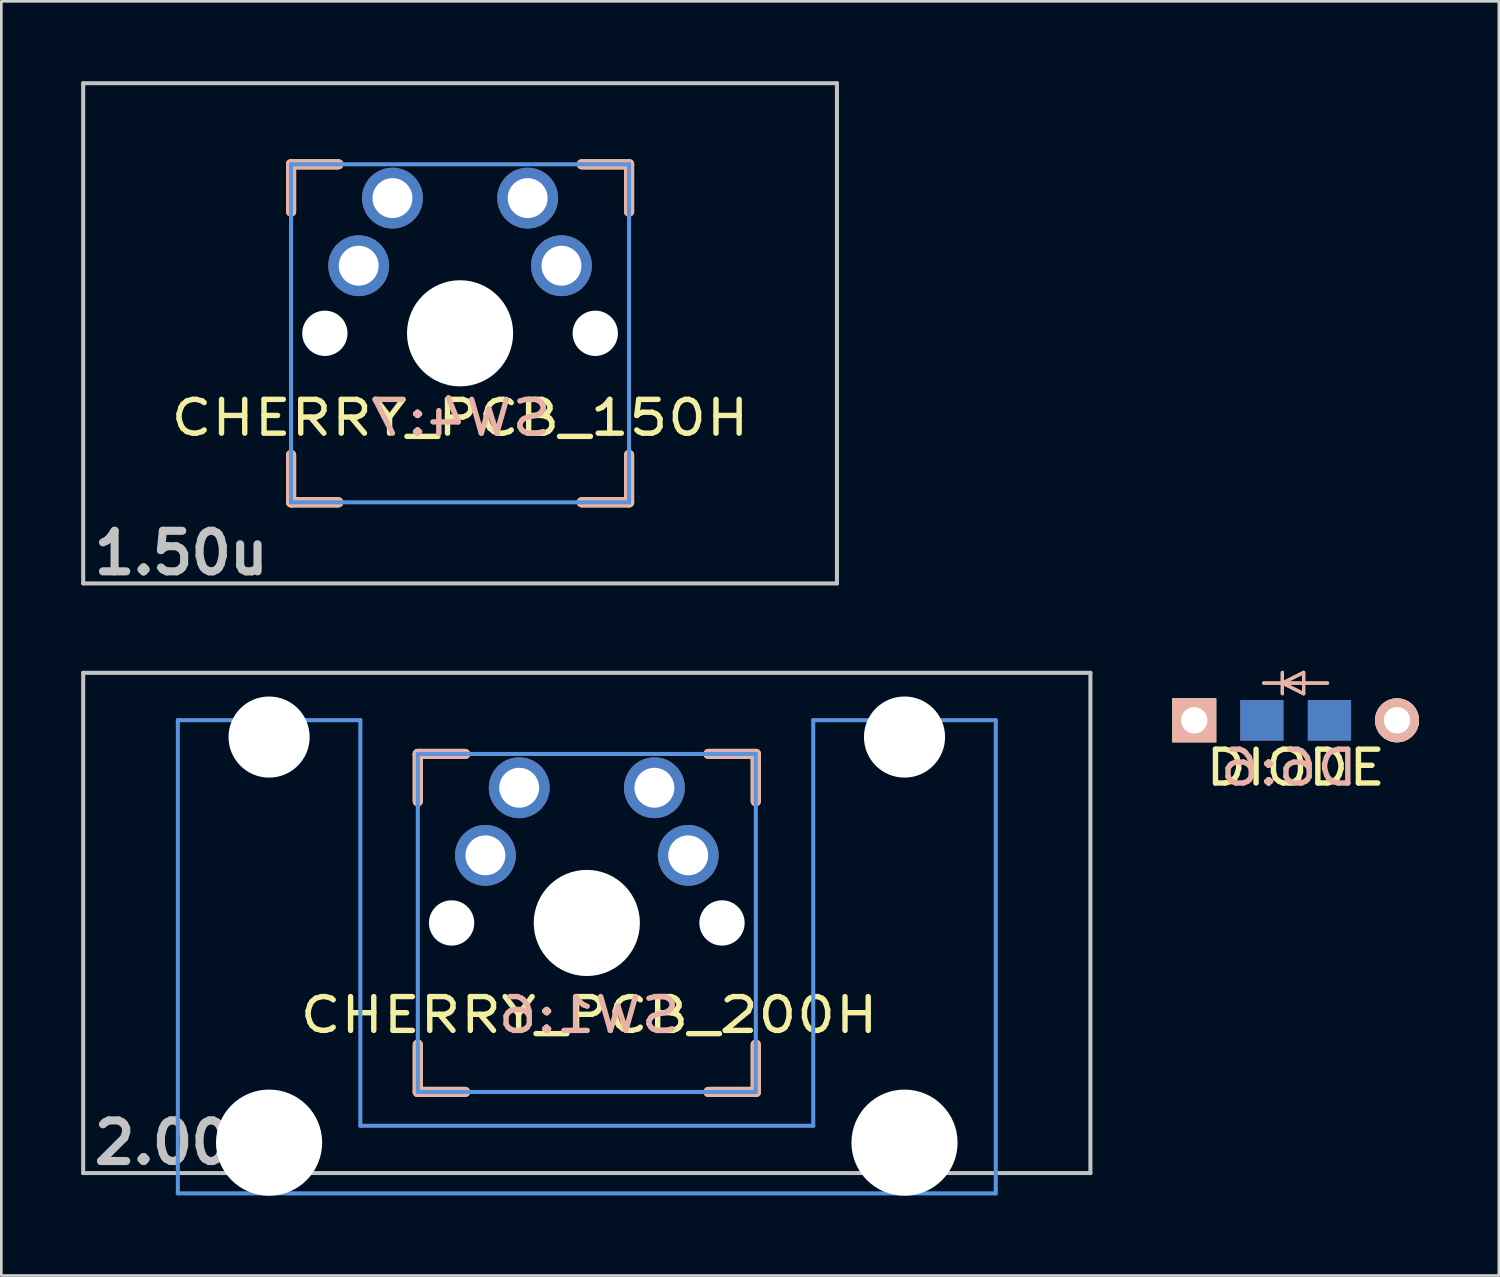
<source format=kicad_pcb>
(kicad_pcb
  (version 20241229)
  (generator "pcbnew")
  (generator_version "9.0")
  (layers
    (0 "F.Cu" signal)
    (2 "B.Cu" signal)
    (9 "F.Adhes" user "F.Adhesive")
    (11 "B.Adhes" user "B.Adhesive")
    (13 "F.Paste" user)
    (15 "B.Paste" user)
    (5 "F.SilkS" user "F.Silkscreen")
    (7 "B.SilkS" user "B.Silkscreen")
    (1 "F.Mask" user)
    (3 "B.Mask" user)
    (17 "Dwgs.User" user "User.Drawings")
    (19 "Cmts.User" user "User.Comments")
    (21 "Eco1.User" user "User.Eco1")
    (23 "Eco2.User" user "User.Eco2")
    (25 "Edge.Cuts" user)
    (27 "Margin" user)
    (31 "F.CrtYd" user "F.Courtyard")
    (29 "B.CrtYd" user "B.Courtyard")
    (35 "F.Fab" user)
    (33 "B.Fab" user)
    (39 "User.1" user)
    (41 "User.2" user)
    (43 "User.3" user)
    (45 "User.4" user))
  (footprint "DIODE"
    (layer "F.Cu")
    (at 45.634 24.016)
    (property "Reference" "DIODE" (at 0 1.778 0) (layer "F.SilkS") (effects (font (size 1.27 1.524) (thickness 0.203))))
    (attr through_hole)
    (fp_line (start -1.2 -1.4) (end 1.2 -1.4) (stroke (width 0.12) (type solid)) (layer "F.SilkS"))
    (fp_line (start -0.5 -1.4) (end 0.3 -1.8) (stroke (width 0.12) (type solid)) (layer "F.SilkS"))
    (fp_line (start -0.5 -1) (end -0.5 -1.8) (stroke (width 0.12) (type solid)) (layer "F.SilkS"))
    (fp_line (start 0.3 -1.8) (end 0.3 -1) (stroke (width 0.12) (type solid)) (layer "F.SilkS"))
    (fp_line (start 0.3 -1) (end -0.5 -1.4) (stroke (width 0.12) (type solid)) (layer "F.SilkS"))
    (fp_line (start -1.2 -1.4) (end 1.2 -1.4) (stroke (width 0.12) (type solid)) (layer "B.SilkS"))
    (fp_line (start -0.5 -1.8) (end -0.5 -1) (stroke (width 0.12) (type solid)) (layer "B.SilkS"))
    (fp_line (start -0.5 -1.4) (end 0.3 -1) (stroke (width 0.12) (type solid)) (layer "B.SilkS"))
    (fp_line (start 0.3 -1.8) (end -0.5 -1.4) (stroke (width 0.12) (type solid)) (layer "B.SilkS"))
    (fp_line (start 0.3 -1) (end 0.3 -1.8) (stroke (width 0.12) (type solid)) (layer "B.SilkS"))
    (fp_text user "D6:6" (at -0.254 1.778 0) (layer "B.SilkS") (effects (font (size 1.27 1.524) (thickness 0.203)) (justify mirror)))
    (pad "1" thru_hole rect (at -3.81 0) (size 1.651 1.651) (drill 0.991) (layers "*.Cu" "*.SilkS" "*.Mask"))
    (pad "1" smd rect (at -1.27 0) (size 1.624 1.524) (layers "F.Cu" "F.Mask" "F.Paste"))
    (pad "1" smd rect (at -1.27 0) (size 1.624 1.524) (layers "B.Cu" "B.Mask" "B.Paste"))
    (pad "2" smd rect (at 1.27 0) (size 1.624 1.524) (layers "F.Cu" "F.Mask" "F.Paste"))
    (pad "2" smd rect (at 1.27 0) (size 1.624 1.524) (layers "B.Cu" "B.Mask" "B.Paste"))
    (pad "2" thru_hole circle (at 3.81 0) (size 1.651 1.651) (drill 0.991) (layers "*.Cu" "*.SilkS" "*.Mask")))
  (footprint "CHERRY_PCB_150H"
    (layer "F.Cu")
    (at 14.237 9.474)
    (property "Reference" "CHERRY_PCB_150H" (at 0 3.175 0) (layer "F.SilkS") (effects (font (size 1.27 1.524) (thickness 0.203))))
    (attr through_hole)
    (fp_line (start -6.35 -6.35) (end -4.572 -6.35) (stroke (width 0.381) (type solid)) (layer "F.SilkS"))
    (fp_line (start -6.35 -4.572) (end -6.35 -6.35) (stroke (width 0.381) (type solid)) (layer "F.SilkS"))
    (fp_line (start -6.35 6.35) (end -6.35 4.572) (stroke (width 0.381) (type solid)) (layer "F.SilkS"))
    (fp_line (start -4.572 6.35) (end -6.35 6.35) (stroke (width 0.381) (type solid)) (layer "F.SilkS"))
    (fp_line (start 4.572 -6.35) (end 6.35 -6.35) (stroke (width 0.381) (type solid)) (layer "F.SilkS"))
    (fp_line (start 6.35 -6.35) (end 6.35 -4.572) (stroke (width 0.381) (type solid)) (layer "F.SilkS"))
    (fp_line (start 6.35 4.572) (end 6.35 6.35) (stroke (width 0.381) (type solid)) (layer "F.SilkS"))
    (fp_line (start 6.35 6.35) (end 4.572 6.35) (stroke (width 0.381) (type solid)) (layer "F.SilkS"))
    (fp_line (start -6.35 -6.35) (end -4.572 -6.35) (stroke (width 0.381) (type solid)) (layer "B.SilkS"))
    (fp_line (start -6.35 -4.572) (end -6.35 -6.35) (stroke (width 0.381) (type solid)) (layer "B.SilkS"))
    (fp_line (start -6.35 6.35) (end -6.35 4.572) (stroke (width 0.381) (type solid)) (layer "B.SilkS"))
    (fp_line (start -4.572 6.35) (end -6.35 6.35) (stroke (width 0.381) (type solid)) (layer "B.SilkS"))
    (fp_line (start 4.572 -6.35) (end 6.35 -6.35) (stroke (width 0.381) (type solid)) (layer "B.SilkS"))
    (fp_line (start 6.35 -6.35) (end 6.35 -4.572) (stroke (width 0.381) (type solid)) (layer "B.SilkS"))
    (fp_line (start 6.35 4.572) (end 6.35 6.35) (stroke (width 0.381) (type solid)) (layer "B.SilkS"))
    (fp_line (start 6.35 6.35) (end 4.572 6.35) (stroke (width 0.381) (type solid)) (layer "B.SilkS"))
    (fp_line (start -14.161 -9.398) (end 14.161 -9.398) (stroke (width 0.152) (type solid)) (layer "Dwgs.User"))
    (fp_line (start -14.161 9.398) (end -14.161 -9.398) (stroke (width 0.152) (type solid)) (layer "Dwgs.User"))
    (fp_line (start 14.161 -9.398) (end 14.161 9.398) (stroke (width 0.152) (type solid)) (layer "Dwgs.User"))
    (fp_line (start 14.161 9.398) (end -14.161 9.398) (stroke (width 0.152) (type solid)) (layer "Dwgs.User"))
    (fp_line (start -6.35 -6.35) (end 6.35 -6.35) (stroke (width 0.152) (type solid)) (layer "Cmts.User"))
    (fp_line (start -6.35 6.35) (end -6.35 -6.35) (stroke (width 0.152) (type solid)) (layer "Cmts.User"))
    (fp_line (start 6.35 -6.35) (end 6.35 6.35) (stroke (width 0.152) (type solid)) (layer "Cmts.User"))
    (fp_line (start 6.35 6.35) (end -6.35 6.35) (stroke (width 0.152) (type solid)) (layer "Cmts.User"))
    (fp_line (start -6.985 -6.985) (end 6.985 -6.985) (stroke (width 0.152) (type solid)) (layer "Eco2.User"))
    (fp_line (start -6.985 6.985) (end -6.985 -6.985) (stroke (width 0.152) (type solid)) (layer "Eco2.User"))
    (fp_line (start 6.985 -6.985) (end 6.985 6.985) (stroke (width 0.152) (type solid)) (layer "Eco2.User"))
    (fp_line (start 6.985 6.985) (end -6.985 6.985) (stroke (width 0.152) (type solid)) (layer "Eco2.User"))
    (fp_text user "SW4:7" (at 0 3.175 0) (layer "B.SilkS") (effects (font (size 1.27 1.524) (thickness 0.203)) (justify mirror)))
    (fp_text user "1.50u" (at -10.477 8.255 0) (layer "Dwgs.User") (effects (font (size 1.524 1.524) (thickness 0.305))))
    (pad "" np_thru_hole circle (at -5.08 0) (size 1.702 1.702) (drill 1.702) (layers "*.Cu"))
    (pad "" np_thru_hole circle (at 0 0) (size 3.988 3.988) (drill 3.988) (layers "*.Cu"))
    (pad "" np_thru_hole circle (at 5.08 0) (size 1.702 1.702) (drill 1.702) (layers "*.Cu"))
    (pad "1" thru_hole circle (at -3.81 -2.54) (size 2.286 2.286) (drill 1.499) (layers "*.Cu" "*.Mask"))
    (pad "1" thru_hole circle (at -2.54 -5.08) (size 2.286 2.286) (drill 1.499) (layers "*.Cu" "*.Mask"))
    (pad "2" thru_hole circle (at 2.54 -5.08) (size 2.286 2.286) (drill 1.499) (layers "*.Cu" "*.Mask"))
    (pad "2" thru_hole circle (at 3.81 -2.54) (size 2.286 2.286) (drill 1.499) (layers "*.Cu" "*.Mask")))
  (footprint "CHERRY_PCB_200H"
    (layer "F.Cu")
    (at 18.999 31.63)
    (property "Reference" "CHERRY_PCB_200H" (at 0.087 3.46 0) (layer "F.SilkS") (effects (font (size 1.27 1.524) (thickness 0.203))))
    (attr through_hole)
    (fp_line (start -6.35 -6.35) (end -4.572 -6.35) (stroke (width 0.381) (type solid)) (layer "F.SilkS"))
    (fp_line (start -6.35 -4.572) (end -6.35 -6.35) (stroke (width 0.381) (type solid)) (layer "F.SilkS"))
    (fp_line (start -6.35 6.35) (end -6.35 4.572) (stroke (width 0.381) (type solid)) (layer "F.SilkS"))
    (fp_line (start -4.572 6.35) (end -6.35 6.35) (stroke (width 0.381) (type solid)) (layer "F.SilkS"))
    (fp_line (start 4.572 -6.35) (end 6.35 -6.35) (stroke (width 0.381) (type solid)) (layer "F.SilkS"))
    (fp_line (start 6.35 -6.35) (end 6.35 -4.572) (stroke (width 0.381) (type solid)) (layer "F.SilkS"))
    (fp_line (start 6.35 4.572) (end 6.35 6.35) (stroke (width 0.381) (type solid)) (layer "F.SilkS"))
    (fp_line (start 6.35 6.35) (end 4.572 6.35) (stroke (width 0.381) (type solid)) (layer "F.SilkS"))
    (fp_line (start -6.35 -6.35) (end -4.572 -6.35) (stroke (width 0.381) (type solid)) (layer "B.SilkS"))
    (fp_line (start -6.35 -4.572) (end -6.35 -6.35) (stroke (width 0.381) (type solid)) (layer "B.SilkS"))
    (fp_line (start -6.35 6.35) (end -6.35 4.572) (stroke (width 0.381) (type solid)) (layer "B.SilkS"))
    (fp_line (start -4.572 6.35) (end -6.35 6.35) (stroke (width 0.381) (type solid)) (layer "B.SilkS"))
    (fp_line (start 4.572 -6.35) (end 6.35 -6.35) (stroke (width 0.381) (type solid)) (layer "B.SilkS"))
    (fp_line (start 6.35 -6.35) (end 6.35 -4.572) (stroke (width 0.381) (type solid)) (layer "B.SilkS"))
    (fp_line (start 6.35 4.572) (end 6.35 6.35) (stroke (width 0.381) (type solid)) (layer "B.SilkS"))
    (fp_line (start 6.35 6.35) (end 4.572 6.35) (stroke (width 0.381) (type solid)) (layer "B.SilkS"))
    (fp_line (start -18.923 -9.398) (end 18.923 -9.398) (stroke (width 0.152) (type solid)) (layer "Dwgs.User"))
    (fp_line (start -18.923 9.398) (end -18.923 -9.398) (stroke (width 0.152) (type solid)) (layer "Dwgs.User"))
    (fp_line (start 18.923 -9.398) (end 18.923 9.398) (stroke (width 0.152) (type solid)) (layer "Dwgs.User"))
    (fp_line (start 18.923 9.398) (end -18.923 9.398) (stroke (width 0.152) (type solid)) (layer "Dwgs.User"))
    (fp_line (start -15.367 -7.62) (end -15.367 10.16) (stroke (width 0.152) (type solid)) (layer "Cmts.User"))
    (fp_line (start -15.367 10.16) (end 15.367 10.16) (stroke (width 0.152) (type solid)) (layer "Cmts.User"))
    (fp_line (start -8.509 -7.62) (end -15.367 -7.62) (stroke (width 0.152) (type solid)) (layer "Cmts.User"))
    (fp_line (start -8.509 7.62) (end -8.509 -7.62) (stroke (width 0.152) (type solid)) (layer "Cmts.User"))
    (fp_line (start -6.35 -6.35) (end 6.35 -6.35) (stroke (width 0.152) (type solid)) (layer "Cmts.User"))
    (fp_line (start -6.35 6.35) (end -6.35 -6.35) (stroke (width 0.152) (type solid)) (layer "Cmts.User"))
    (fp_line (start 6.35 -6.35) (end 6.35 6.35) (stroke (width 0.152) (type solid)) (layer "Cmts.User"))
    (fp_line (start 6.35 6.35) (end -6.35 6.35) (stroke (width 0.152) (type solid)) (layer "Cmts.User"))
    (fp_line (start 8.509 -7.62) (end 8.509 7.62) (stroke (width 0.152) (type solid)) (layer "Cmts.User"))
    (fp_line (start 8.509 7.62) (end -8.509 7.62) (stroke (width 0.152) (type solid)) (layer "Cmts.User"))
    (fp_line (start 15.367 -7.62) (end 8.509 -7.62) (stroke (width 0.152) (type solid)) (layer "Cmts.User"))
    (fp_line (start 15.367 10.16) (end 15.367 -7.62) (stroke (width 0.152) (type solid)) (layer "Cmts.User"))
    (fp_line (start -16.129 -2.286) (end -15.265 -2.286) (stroke (width 0.152) (type solid)) (layer "Eco2.User"))
    (fp_line (start -16.129 0.508) (end -16.129 -2.286) (stroke (width 0.152) (type solid)) (layer "Eco2.User"))
    (fp_line (start -15.265 -5.69) (end -8.611 -5.69) (stroke (width 0.152) (type solid)) (layer "Eco2.User"))
    (fp_line (start -15.265 -2.286) (end -15.265 -5.69) (stroke (width 0.152) (type solid)) (layer "Eco2.User"))
    (fp_line (start -15.265 0.508) (end -16.129 0.508) (stroke (width 0.152) (type solid)) (layer "Eco2.User"))
    (fp_line (start -15.265 6.604) (end -15.265 0.508) (stroke (width 0.152) (type solid)) (layer "Eco2.User"))
    (fp_line (start -14.224 6.604) (end -15.265 6.604) (stroke (width 0.152) (type solid)) (layer "Eco2.User"))
    (fp_line (start -14.224 7.772) (end -14.224 6.604) (stroke (width 0.152) (type solid)) (layer "Eco2.User"))
    (fp_line (start -9.652 6.604) (end -9.652 7.772) (stroke (width 0.152) (type solid)) (layer "Eco2.User"))
    (fp_line (start -9.652 7.772) (end -14.224 7.772) (stroke (width 0.152) (type solid)) (layer "Eco2.User"))
    (fp_line (start -8.611 -5.69) (end -8.611 -4.877) (stroke (width 0.152) (type solid)) (layer "Eco2.User"))
    (fp_line (start -8.611 -4.877) (end -6.985 -4.877) (stroke (width 0.152) (type solid)) (layer "Eco2.User"))
    (fp_line (start -8.611 5.817) (end -8.611 6.604) (stroke (width 0.152) (type solid)) (layer "Eco2.User"))
    (fp_line (start -8.611 6.604) (end -9.652 6.604) (stroke (width 0.152) (type solid)) (layer "Eco2.User"))
    (fp_line (start -6.985 -4.877) (end -6.985 -6.985) (stroke (width 0.152) (type solid)) (layer "Eco2.User"))
    (fp_line (start -6.985 5.817) (end -8.611 5.817) (stroke (width 0.152) (type solid)) (layer "Eco2.User"))
    (fp_line (start -6.985 6.985) (end -6.985 5.817) (stroke (width 0.152) (type solid)) (layer "Eco2.User"))
    (fp_line (start -6.985 -6.985) (end 6.985 -6.985) (stroke (width 0.152) (type solid)) (layer "Eco2.User"))
    (fp_line (start 6.985 -4.877) (end 8.611 -4.877) (stroke (width 0.152) (type solid)) (layer "Eco2.User"))
    (fp_line (start 6.985 5.817) (end 6.985 6.985) (stroke (width 0.152) (type solid)) (layer "Eco2.User"))
    (fp_line (start 6.985 6.985) (end -6.985 6.985) (stroke (width 0.152) (type solid)) (layer "Eco2.User"))
    (fp_line (start 6.985 -6.985) (end 6.985 -4.877) (stroke (width 0.152) (type solid)) (layer "Eco2.User"))
    (fp_line (start 8.611 -5.69) (end 15.265 -5.69) (stroke (width 0.152) (type solid)) (layer "Eco2.User"))
    (fp_line (start 8.611 -4.877) (end 8.611 -5.69) (stroke (width 0.152) (type solid)) (layer "Eco2.User"))
    (fp_line (start 8.611 5.817) (end 6.985 5.817) (stroke (width 0.152) (type solid)) (layer "Eco2.User"))
    (fp_line (start 8.611 6.604) (end 8.611 5.817) (stroke (width 0.152) (type solid)) (layer "Eco2.User"))
    (fp_line (start 9.652 6.604) (end 8.611 6.604) (stroke (width 0.152) (type solid)) (layer "Eco2.User"))
    (fp_line (start 9.652 7.772) (end 9.652 6.604) (stroke (width 0.152) (type solid)) (layer "Eco2.User"))
    (fp_line (start 14.224 6.604) (end 14.224 7.772) (stroke (width 0.152) (type solid)) (layer "Eco2.User"))
    (fp_line (start 14.224 7.772) (end 9.652 7.772) (stroke (width 0.152) (type solid)) (layer "Eco2.User"))
    (fp_line (start 15.265 -5.69) (end 15.265 -2.286) (stroke (width 0.152) (type solid)) (layer "Eco2.User"))
    (fp_line (start 15.265 -2.286) (end 16.129 -2.286) (stroke (width 0.152) (type solid)) (layer "Eco2.User"))
    (fp_line (start 15.265 0.508) (end 15.265 6.604) (stroke (width 0.152) (type solid)) (layer "Eco2.User"))
    (fp_line (start 15.265 6.604) (end 14.224 6.604) (stroke (width 0.152) (type solid)) (layer "Eco2.User"))
    (fp_line (start 16.129 -2.286) (end 16.129 0.508) (stroke (width 0.152) (type solid)) (layer "Eco2.User"))
    (fp_line (start 16.129 0.508) (end 15.265 0.508) (stroke (width 0.152) (type solid)) (layer "Eco2.User"))
    (fp_text user "SW1:6" (at 0.087 3.46 0) (layer "B.SilkS") (effects (font (size 1.27 1.524) (thickness 0.203)) (justify mirror)))
    (fp_text user "2.00u" (at -15.24 8.255 0) (layer "Dwgs.User") (effects (font (size 1.524 1.524) (thickness 0.305))))
    (pad "" np_thru_hole circle (at -11.938 -6.985) (size 3.048 3.048) (drill 3.048) (layers "*.Cu"))
    (pad "" np_thru_hole circle (at -11.938 8.255) (size 3.988 3.988) (drill 3.988) (layers "*.Cu"))
    (pad "" np_thru_hole circle (at -5.08 0) (size 1.702 1.702) (drill 1.702) (layers "*.Cu"))
    (pad "" np_thru_hole circle (at 0 0) (size 3.988 3.988) (drill 3.988) (layers "*.Cu"))
    (pad "" np_thru_hole circle (at 5.08 0) (size 1.702 1.702) (drill 1.702) (layers "*.Cu"))
    (pad "" np_thru_hole circle (at 11.938 -6.985) (size 3.048 3.048) (drill 3.048) (layers "*.Cu"))
    (pad "" np_thru_hole circle (at 11.938 8.255) (size 3.988 3.988) (drill 3.988) (layers "*.Cu"))
    (pad "1" thru_hole circle (at -3.81 -2.54) (size 2.286 2.286) (drill 1.499) (layers "*.Cu" "*.Mask"))
    (pad "1" thru_hole circle (at -2.54 -5.08) (size 2.286 2.286) (drill 1.499) (layers "*.Cu" "*.Mask"))
    (pad "2" thru_hole circle (at 2.54 -5.08) (size 2.286 2.286) (drill 1.499) (layers "*.Cu" "*.Mask"))
    (pad "2" thru_hole circle (at 3.81 -2.54) (size 2.286 2.286) (drill 1.499) (layers "*.Cu" "*.Mask")))
  (gr_rect
    (start -3 -3)
    (end 53.269 44.879)
    (stroke (width 0.1) (type default))
    (fill no)
    (layer "Edge.Cuts")))
</source>
